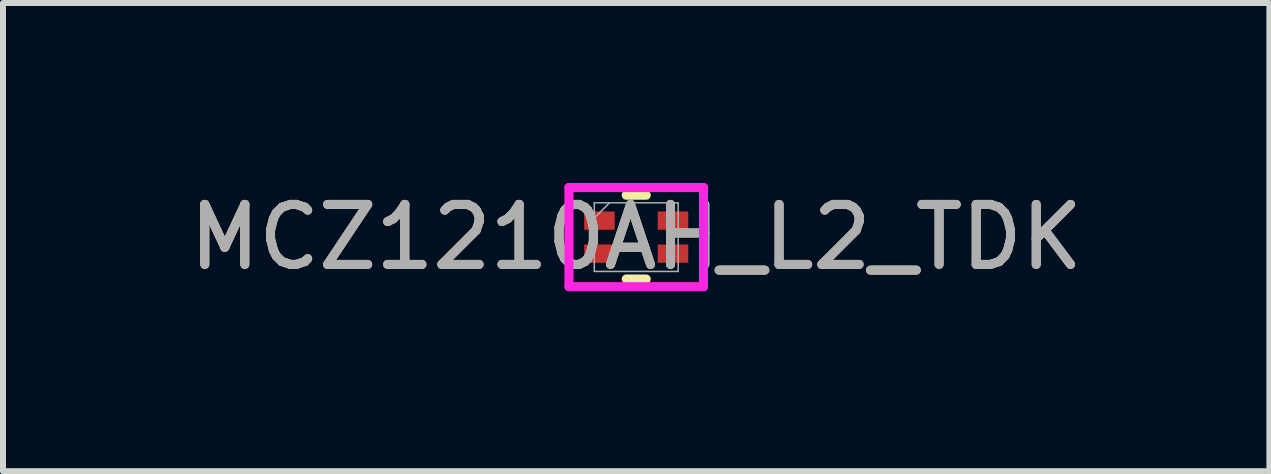
<source format=kicad_pcb>
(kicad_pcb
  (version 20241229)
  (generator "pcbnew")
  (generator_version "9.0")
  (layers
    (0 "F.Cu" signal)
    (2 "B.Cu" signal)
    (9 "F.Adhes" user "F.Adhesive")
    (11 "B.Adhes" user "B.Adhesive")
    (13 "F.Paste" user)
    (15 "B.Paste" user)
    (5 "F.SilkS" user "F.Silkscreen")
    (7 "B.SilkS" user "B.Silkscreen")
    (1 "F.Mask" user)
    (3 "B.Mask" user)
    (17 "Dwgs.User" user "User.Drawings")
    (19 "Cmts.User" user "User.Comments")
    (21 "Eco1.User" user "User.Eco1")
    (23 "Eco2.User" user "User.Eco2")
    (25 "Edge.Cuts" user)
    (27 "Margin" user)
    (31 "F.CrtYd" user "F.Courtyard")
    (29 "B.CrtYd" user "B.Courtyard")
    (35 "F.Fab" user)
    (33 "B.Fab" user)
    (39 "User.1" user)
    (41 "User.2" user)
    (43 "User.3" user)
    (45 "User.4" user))
  (footprint "MCZ1210AH_L2_TDK"
    (layer "F.Cu")
    (at 7.554 0.902)
    (property "Reference" "MCZ1210AH_L2_TDK" (at 0 0 0) (unlocked yes) (layer "F.SilkS") (effects (font (size 1 1) (thickness 0.15))))
    (attr smd)
    (fp_line (start -0.166 0.699) (end 0.166 0.699) (stroke (width 0.152) (type solid)) (layer "F.SilkS"))
    (fp_line (start 0.166 -0.699) (end -0.166 -0.699) (stroke (width 0.152) (type solid)) (layer "F.SilkS"))
    (fp_line (start -1.121 -0.826) (end 1.121 -0.826) (stroke (width 0.152) (type solid)) (layer "F.CrtYd"))
    (fp_line (start -1.121 0.826) (end -1.121 -0.826) (stroke (width 0.152) (type solid)) (layer "F.CrtYd"))
    (fp_line (start 1.121 -0.826) (end 1.121 0.826) (stroke (width 0.152) (type solid)) (layer "F.CrtYd"))
    (fp_line (start 1.121 0.826) (end -1.121 0.826) (stroke (width 0.152) (type solid)) (layer "F.CrtYd"))
    (fp_line (start -0.699 -0.572) (end -0.699 0.572) (stroke (width 0.025) (type solid)) (layer "F.Fab"))
    (fp_line (start -0.699 0.572) (end 0.699 0.572) (stroke (width 0.025) (type solid)) (layer "F.Fab"))
    (fp_line (start -0.445 -0.572) (end -0.699 -0.318) (stroke (width 0.025) (type solid)) (layer "F.Fab"))
    (fp_line (start 0.699 -0.572) (end -0.699 -0.572) (stroke (width 0.025) (type solid)) (layer "F.Fab"))
    (fp_line (start 0.699 0.572) (end 0.699 -0.572) (stroke (width 0.025) (type solid)) (layer "F.Fab"))
    (fp_text user "${REFERENCE}" (at 0 0 0) (unlocked yes) (layer "F.Fab") (effects (font (size 1 1) (thickness 0.15))))
    (pad "1" smd rect (at -0.613 -0.275) (size 0.508 0.305) (layers "F.Cu" "F.Mask" "F.Paste"))
    (pad "2" smd rect (at -0.613 0.275) (size 0.508 0.305) (layers "F.Cu" "F.Mask" "F.Paste"))
    (pad "3" smd rect (at 0.613 0.275) (size 0.508 0.305) (layers "F.Cu" "F.Mask" "F.Paste"))
    (pad "4" smd rect (at 0.613 -0.275) (size 0.508 0.305) (layers "F.Cu" "F.Mask" "F.Paste")))
  (gr_rect
    (start -3 -3)
    (end 18.107 4.803)
    (stroke (width 0.1) (type default))
    (fill no)
    (layer "Edge.Cuts")))
</source>
